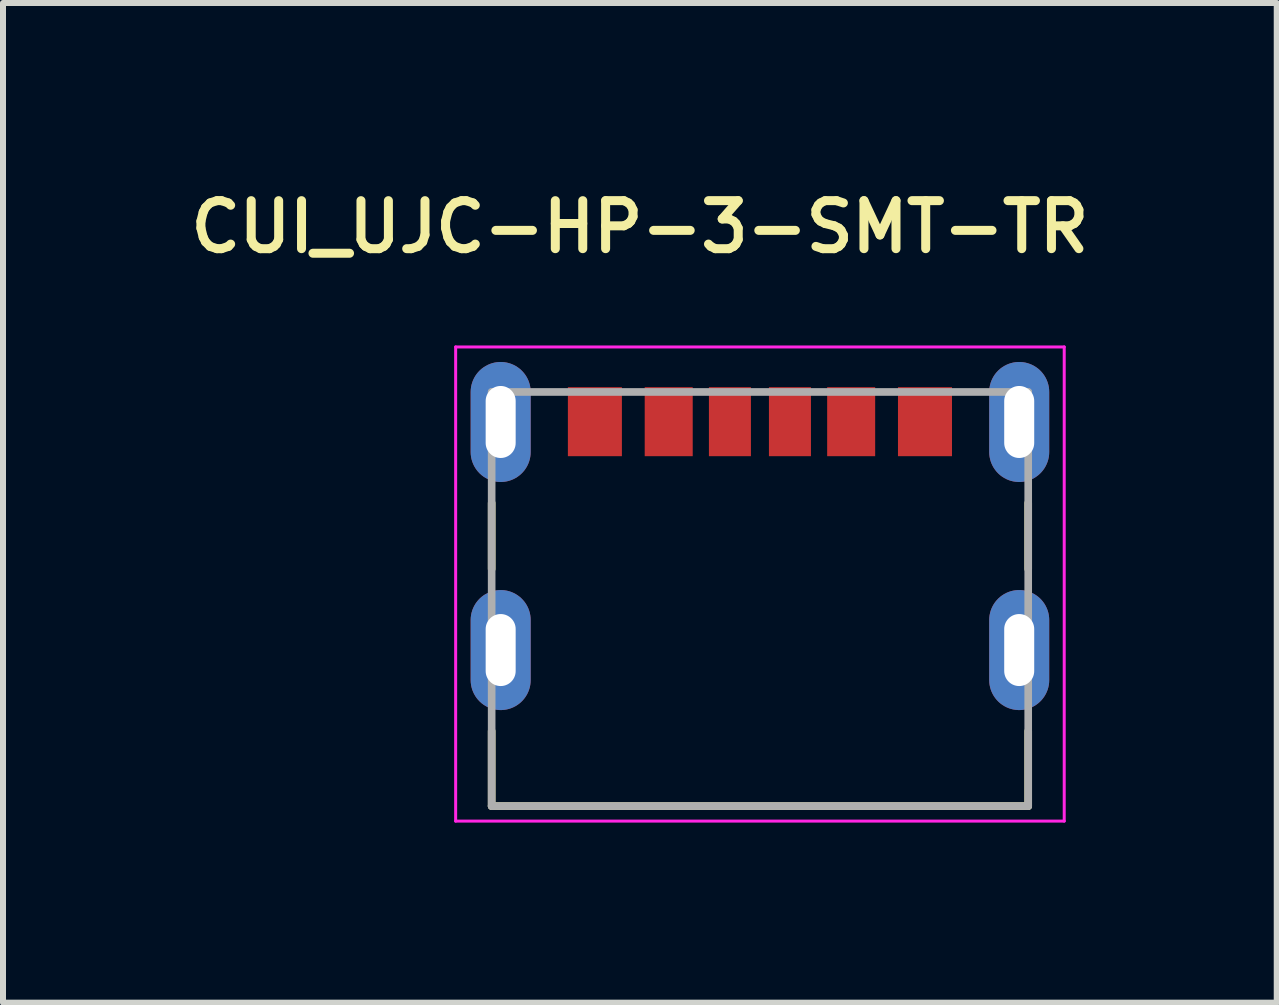
<source format=kicad_pcb>
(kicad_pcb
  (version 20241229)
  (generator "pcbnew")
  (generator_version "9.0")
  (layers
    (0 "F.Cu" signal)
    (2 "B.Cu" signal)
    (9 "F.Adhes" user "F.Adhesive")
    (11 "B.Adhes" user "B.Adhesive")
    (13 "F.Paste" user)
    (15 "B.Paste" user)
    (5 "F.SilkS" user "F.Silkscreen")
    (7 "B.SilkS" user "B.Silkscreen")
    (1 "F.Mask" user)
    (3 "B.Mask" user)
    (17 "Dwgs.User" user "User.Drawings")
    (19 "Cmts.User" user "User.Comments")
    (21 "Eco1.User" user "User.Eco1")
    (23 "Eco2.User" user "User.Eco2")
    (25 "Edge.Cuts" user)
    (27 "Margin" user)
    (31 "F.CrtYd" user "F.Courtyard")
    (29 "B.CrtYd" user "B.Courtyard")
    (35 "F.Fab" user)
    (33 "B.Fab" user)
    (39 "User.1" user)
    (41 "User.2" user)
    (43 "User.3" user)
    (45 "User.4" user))
  (footprint "CUI_UJC-HP-3-SMT-TR"
    (layer "F.Cu")
    (at 9.612 3.981)
    (property "Reference" "CUI_UJC-HP-3-SMT-TR" (at -2 -3.25 0) (layer "F.SilkS") (effects (font (size 0.8 0.8) (thickness 0.15))))
    (attr smd)
    (fp_line (start -4.47 2.45) (end -4.47 1.35) (stroke (width 0.127) (type solid)) (layer "F.SilkS"))
    (fp_line (start -4.47 6.4) (end -4.47 5.15) (stroke (width 0.127) (type solid)) (layer "F.SilkS"))
    (fp_line (start -4.47 6.4) (end 4.47 6.4) (stroke (width 0.127) (type solid)) (layer "F.SilkS"))
    (fp_line (start 4.47 2.45) (end 4.47 1.35) (stroke (width 0.127) (type solid)) (layer "F.SilkS"))
    (fp_line (start 4.47 6.4) (end 4.47 5.15) (stroke (width 0.127) (type solid)) (layer "F.SilkS"))
    (fp_line (start -5.07 -1.25) (end -5.07 6.65) (stroke (width 0.05) (type solid)) (layer "F.CrtYd"))
    (fp_line (start -5.07 6.65) (end 5.07 6.65) (stroke (width 0.05) (type solid)) (layer "F.CrtYd"))
    (fp_line (start 5.07 -1.25) (end -5.07 -1.25) (stroke (width 0.05) (type solid)) (layer "F.CrtYd"))
    (fp_line (start 5.07 6.65) (end 5.07 -1.25) (stroke (width 0.05) (type solid)) (layer "F.CrtYd"))
    (fp_line (start -4.47 -0.5) (end -4.47 6.4) (stroke (width 0.127) (type solid)) (layer "F.Fab"))
    (fp_line (start -4.47 6.4) (end 4.47 6.4) (stroke (width 0.127) (type solid)) (layer "F.Fab"))
    (fp_line (start 4.47 -0.5) (end -4.47 -0.5) (stroke (width 0.127) (type solid)) (layer "F.Fab"))
    (fp_line (start 4.47 6.4) (end 4.47 -0.5) (stroke (width 0.127) (type solid)) (layer "F.Fab"))
    (pad "A5" smd rect (at -0.5 -0.005 90) (size 1.15 0.7) (layers "F.Cu" "F.Mask" "F.Paste"))
    (pad "A9" smd rect (at 1.52 -0.005 90) (size 1.15 0.8) (layers "F.Cu" "F.Mask" "F.Paste"))
    (pad "A12" smd rect (at 2.75 -0.005 90) (size 1.15 0.9) (layers "F.Cu" "F.Mask" "F.Paste"))
    (pad "B5" smd rect (at 0.5 -0.005 90) (size 1.15 0.7) (layers "F.Cu" "F.Mask" "F.Paste"))
    (pad "B9" smd rect (at -1.52 -0.005 90) (size 1.15 0.8) (layers "F.Cu" "F.Mask" "F.Paste"))
    (pad "B12" smd rect (at -2.75 -0.005 90) (size 1.15 0.9) (layers "F.Cu" "F.Mask" "F.Paste"))
    (pad "S1" thru_hole oval (at -4.32 0) (size 1 2) (drill oval 0.5 1.2) (layers "*.Cu" "*.Mask"))
    (pad "S1" thru_hole oval (at -4.32 3.8) (size 1 2) (drill oval 0.5 1.2) (layers "*.Cu" "*.Mask"))
    (pad "S1" thru_hole oval (at 4.32 0) (size 1 2) (drill oval 0.5 1.2) (layers "*.Cu" "*.Mask"))
    (pad "S1" thru_hole oval (at 4.32 3.8) (size 1 2) (drill oval 0.5 1.2) (layers "*.Cu" "*.Mask")))
  (gr_rect
    (start -3 -3)
    (end 18.223 13.656)
    (stroke (width 0.1) (type default))
    (fill no)
    (layer "Edge.Cuts")))
</source>
